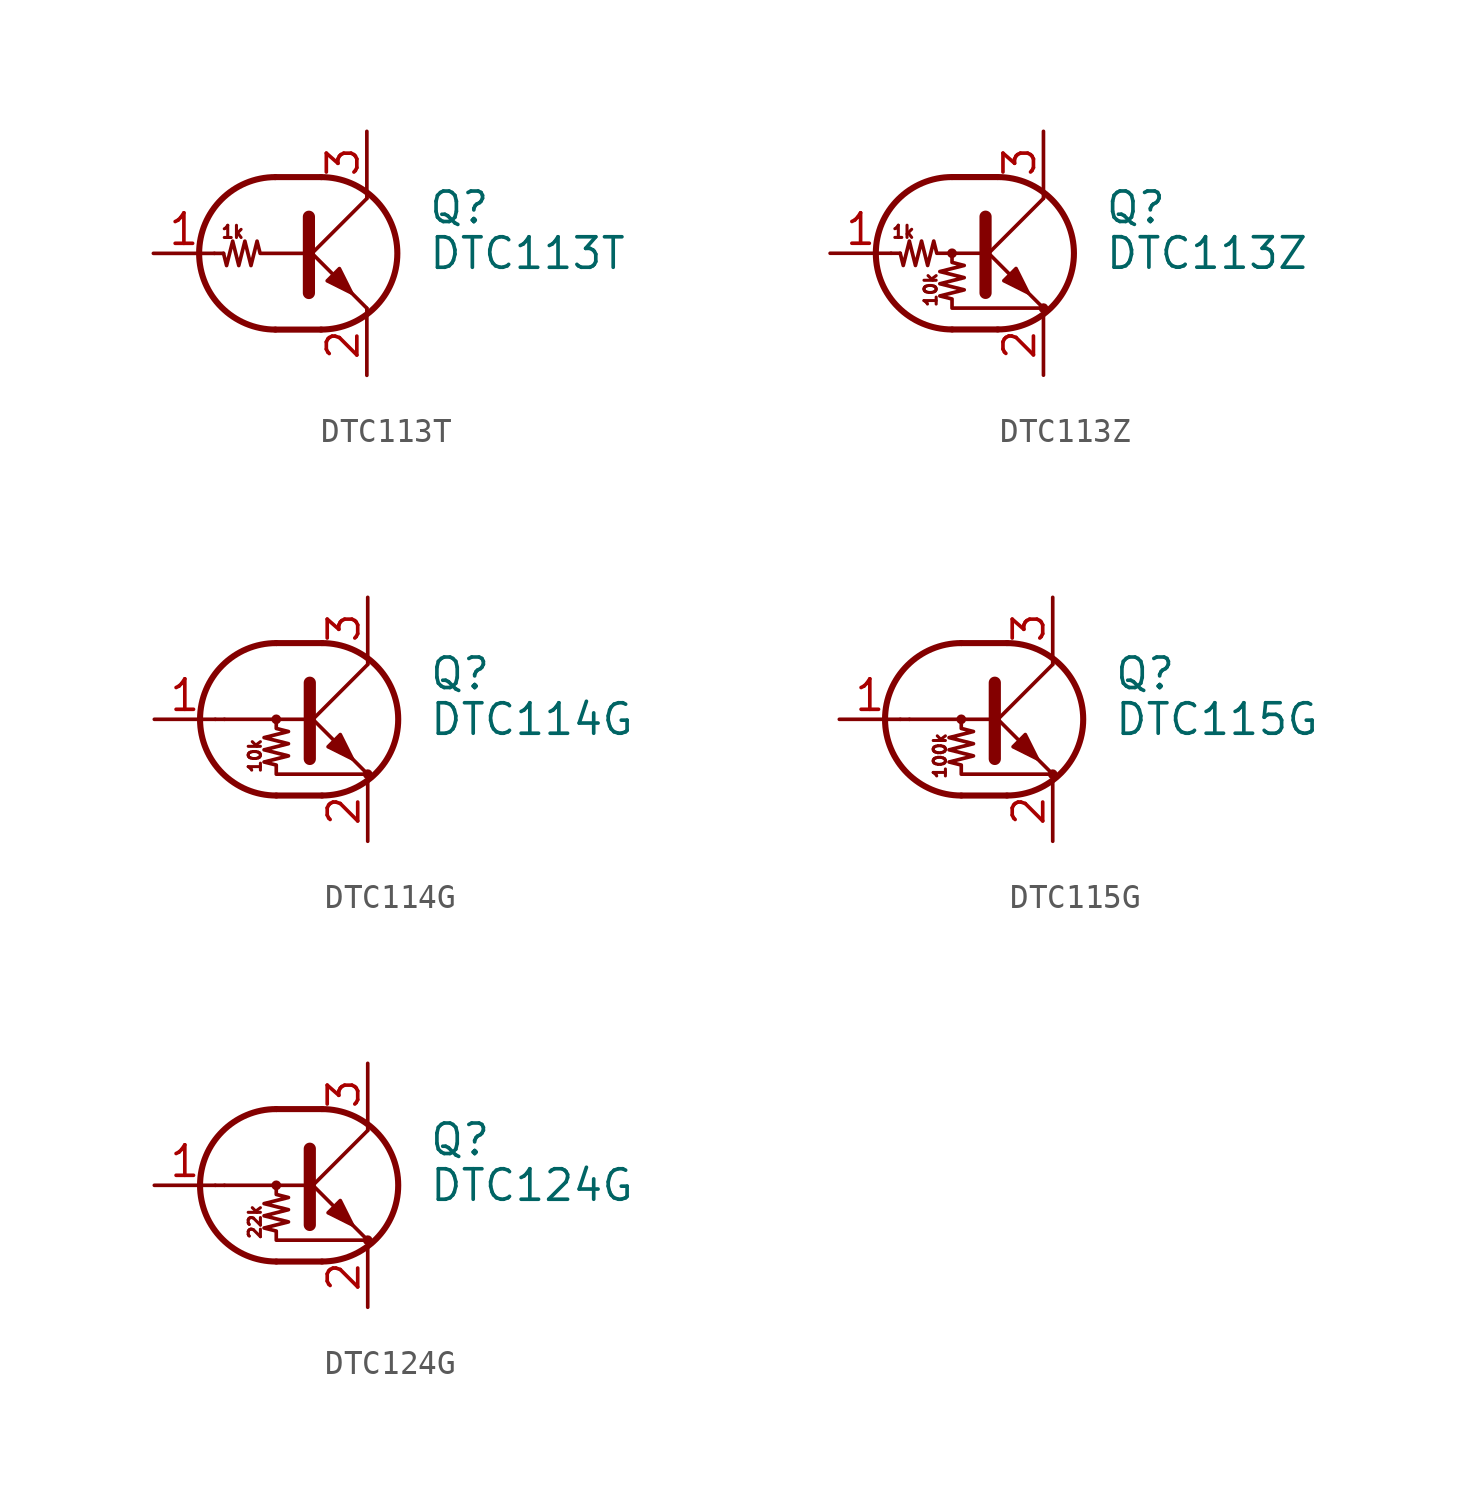
<source format=kicad_sym>
(kicad_symbol_lib
  (version 20201005)
  (generator kicad_symbol_editor)
  (symbol "DTC113T"
    (pin_names
      (offset 0) hide)
    (property "Reference" "Q"
      (at 5.08 1.905 0)
      (effects (font (size 1.27 1.27)) (justify left)))
    (property "Value" "DTC113T"
      (at 5.08 0 0)
      (effects (font (size 1.27 1.27)) (justify left)))
    (symbol "DTC113T_0_0"
      (text "1k" (at -3.048 0.889 0) (effects (font (size 0.508 0.508))))
      (polyline (pts (xy 2.54 -2.286) (xy 2.54 -2.54)) (stroke (width 0)) (fill (type none))))
    (symbol "DTC113T_0_1"
      (arc (start -1.27 3.175) (end -1.27 -3.175) (radius (at -1.27 0) (length 3.175) (angles 90.1 -90.1)) (stroke (width 0.254)) (fill (type none)))
      (arc (start 0.635 -3.175) (end 0.635 3.175) (radius (at 0.635 0) (length 3.175) (angles -89.9 89.9)) (stroke (width 0.254)) (fill (type none)))
      (polyline (pts (xy -3.429 0) (xy -3.81 0)) (stroke (width 0)) (fill (type none)))
      (polyline (pts (xy -1.27 -3.175) (xy 0.635 -3.175)) (stroke (width 0.254)) (fill (type none)))
      (polyline (pts (xy -1.27 3.175) (xy 0.635 3.175)) (stroke (width 0.254)) (fill (type none)))
      (polyline (pts (xy 0 -0.254) (xy 2.54 2.286)) (stroke (width 0)) (fill (type none)))
      (polyline (pts (xy 0.127 1.524) (xy 0.127 -1.651)) (stroke (width 0.508)) (fill (type outline)))
      (polyline (pts (xy 2.54 2.286) (xy 2.54 2.54)) (stroke (width 0)) (fill (type none)))
      (polyline (pts (xy 2.54 -2.286) (xy 0 0.254) (xy 0 0.254)) (stroke (width 0)) (fill (type none)))
      (polyline (pts (xy 0.889 -1.143) (xy 1.397 -0.635) (xy 1.905 -1.651) (xy 0.889 -1.143)) (stroke (width 0)) (fill (type outline)))
      (polyline (pts (xy 0 0) (xy -1.905 0) (xy -2.032 0.508) (xy -2.286 -0.508) (xy -2.54 0.508) (xy -2.794 -0.508) (xy -3.048 0.508) (xy -3.302 -0.508) (xy -3.429 0)) (stroke (width 0)) (fill (type none))))
    (symbol "DTC113T_1_1"
      (pin input line (at -6.35 0 0) (length 2.54) (name "B" (effects (font (size 1.27 1.27)))) (number "1" (effects (font (size 1.27 1.27)))))
      (pin passive line (at 2.54 -5.08 90) (length 2.54) (name "E" (effects (font (size 1.27 1.27)))) (number "2" (effects (font (size 1.27 1.27)))))
      (pin passive line (at 2.54 5.08 270) (length 2.54) (name "C" (effects (font (size 1.27 1.27)))) (number "3" (effects (font (size 1.27 1.27)))))))
  (symbol "DTC113Z"
    (pin_names
      (offset 0) hide)
    (property "Reference" "Q"
      (at 5.08 1.905 0)
      (effects (font (size 1.27 1.27)) (justify left)))
    (property "Value" "DTC113Z"
      (at 5.08 0 0)
      (effects (font (size 1.27 1.27)) (justify left)))
    (symbol "DTC113Z_0_0"
      (text "10k" (at -2.159 -1.524 900) (effects (font (size 0.508 0.508))))
      (text "1k" (at -3.302 0.889 0) (effects (font (size 0.508 0.508)))))
    (symbol "DTC113Z_0_1"
      (arc (start -1.27 3.175) (end -1.27 -3.175) (radius (at -1.27 0) (length 3.175) (angles 90.1 -90.1)) (stroke (width 0.254)) (fill (type none)))
      (arc (start 0.635 -3.175) (end 0.635 3.175) (radius (at 0.635 0) (length 3.175) (angles -89.9 89.9)) (stroke (width 0.254)) (fill (type none)))
      (circle (center -1.27 0) (radius 0.127) (stroke (width 0)) (fill (type none)))
      (circle (center 2.54 -2.286) (radius 0.127) (stroke (width 0)) (fill (type none)))
      (polyline (pts (xy -3.429 0) (xy -3.81 0)) (stroke (width 0)) (fill (type none)))
      (polyline (pts (xy -1.27 -3.175) (xy 0.635 -3.175)) (stroke (width 0.254)) (fill (type none)))
      (polyline (pts (xy -1.27 3.175) (xy 0.635 3.175)) (stroke (width 0.254)) (fill (type none)))
      (polyline (pts (xy 0 -0.254) (xy 2.54 2.286)) (stroke (width 0)) (fill (type none)))
      (polyline (pts (xy 0.127 1.524) (xy 0.127 -1.651)) (stroke (width 0.508)) (fill (type outline)))
      (polyline (pts (xy 2.54 2.286) (xy 2.54 2.54)) (stroke (width 0)) (fill (type none)))
      (polyline (pts (xy 2.54 -2.286) (xy 0 0.254) (xy 0 0.254)) (stroke (width 0)) (fill (type none)))
      (polyline (pts (xy 0.889 -1.143) (xy 1.397 -0.635) (xy 1.905 -1.651) (xy 0.889 -1.143)) (stroke (width 0)) (fill (type outline)))
      (polyline (pts (xy 0 0) (xy -1.905 0) (xy -2.032 0.508) (xy -2.286 -0.508) (xy -2.54 0.508) (xy -2.794 -0.508) (xy -3.048 0.508) (xy -3.302 -0.508) (xy -3.429 0)) (stroke (width 0)) (fill (type none)))
      (polyline (pts (xy -1.27 0) (xy -1.27 -0.381) (xy -0.762 -0.508) (xy -1.778 -0.762) (xy -0.762 -1.016) (xy -1.778 -1.27) (xy -0.762 -1.524) (xy -1.778 -1.778) (xy -1.27 -1.905) (xy -1.27 -2.286) (xy 2.54 -2.286)) (stroke (width 0)) (fill (type none))))
    (symbol "DTC113Z_1_1"
      (pin input line (at -6.35 0 0) (length 2.54) (name "B" (effects (font (size 1.27 1.27)))) (number "1" (effects (font (size 1.27 1.27)))))
      (pin passive line (at 2.54 -5.08 90) (length 2.54) (name "E" (effects (font (size 1.27 1.27)))) (number "2" (effects (font (size 1.27 1.27)))))
      (pin passive line (at 2.54 5.08 270) (length 2.54) (name "C" (effects (font (size 1.27 1.27)))) (number "3" (effects (font (size 1.27 1.27)))))))
  (symbol "DTC114G"
    (pin_names
      (offset 0) hide)
    (property "Reference" "Q"
      (at 5.08 1.905 0)
      (effects (font (size 1.27 1.27)) (justify left)))
    (property "Value" "DTC114G"
      (at 5.08 0 0)
      (effects (font (size 1.27 1.27)) (justify left)))
    (symbol "DTC114G_0_0"
      (text "10k" (at -2.159 -1.524 900) (effects (font (size 0.508 0.508))))
      (polyline (pts (xy -3.429 0) (xy 0 0)) (stroke (width 0)) (fill (type none))))
    (symbol "DTC114G_0_1"
      (arc (start -1.27 3.175) (end -1.27 -3.175) (radius (at -1.27 0) (length 3.175) (angles 90.1 -90.1)) (stroke (width 0.254)) (fill (type none)))
      (arc (start 0.635 -3.175) (end 0.635 3.175) (radius (at 0.635 0) (length 3.175) (angles -89.9 89.9)) (stroke (width 0.254)) (fill (type none)))
      (circle (center -1.27 0) (radius 0.127) (stroke (width 0)) (fill (type none)))
      (circle (center 2.54 -2.286) (radius 0.127) (stroke (width 0)) (fill (type none)))
      (polyline (pts (xy -3.429 0) (xy -3.81 0)) (stroke (width 0)) (fill (type none)))
      (polyline (pts (xy -1.27 -3.175) (xy 0.635 -3.175)) (stroke (width 0.254)) (fill (type none)))
      (polyline (pts (xy -1.27 3.175) (xy 0.635 3.175)) (stroke (width 0.254)) (fill (type none)))
      (polyline (pts (xy 0 -0.254) (xy 2.54 2.286)) (stroke (width 0)) (fill (type none)))
      (polyline (pts (xy 0.127 1.524) (xy 0.127 -1.651)) (stroke (width 0.508)) (fill (type outline)))
      (polyline (pts (xy 2.54 2.286) (xy 2.54 2.54)) (stroke (width 0)) (fill (type none)))
      (polyline (pts (xy 2.54 -2.286) (xy 0 0.254) (xy 0 0.254)) (stroke (width 0)) (fill (type none)))
      (polyline (pts (xy 0.889 -1.143) (xy 1.397 -0.635) (xy 1.905 -1.651) (xy 0.889 -1.143)) (stroke (width 0)) (fill (type outline)))
      (polyline (pts (xy -1.27 0) (xy -1.27 -0.381) (xy -0.762 -0.508) (xy -1.778 -0.762) (xy -0.762 -1.016) (xy -1.778 -1.27) (xy -0.762 -1.524) (xy -1.778 -1.778) (xy -1.27 -1.905) (xy -1.27 -2.286) (xy 2.54 -2.286)) (stroke (width 0)) (fill (type none))))
    (symbol "DTC114G_1_1"
      (pin input line (at -6.35 0 0) (length 2.54) (name "B" (effects (font (size 1.27 1.27)))) (number "1" (effects (font (size 1.27 1.27)))))
      (pin passive line (at 2.54 -5.08 90) (length 2.54) (name "E" (effects (font (size 1.27 1.27)))) (number "2" (effects (font (size 1.27 1.27)))))
      (pin passive line (at 2.54 5.08 270) (length 2.54) (name "C" (effects (font (size 1.27 1.27)))) (number "3" (effects (font (size 1.27 1.27)))))))
  (symbol "DTC115G"
    (pin_names
      (offset 0) hide)
    (property "Reference" "Q"
      (at 5.08 1.905 0)
      (effects (font (size 1.27 1.27)) (justify left)))
    (property "Value" "DTC115G"
      (at 5.08 0 0)
      (effects (font (size 1.27 1.27)) (justify left)))
    (symbol "DTC115G_0_0"
      (text "100k" (at -2.159 -1.524 900) (effects (font (size 0.508 0.508))))
      (polyline (pts (xy -3.429 0) (xy 0 0)) (stroke (width 0)) (fill (type none))))
    (symbol "DTC115G_0_1"
      (arc (start -1.27 3.175) (end -1.27 -3.175) (radius (at -1.27 0) (length 3.175) (angles 90.1 -90.1)) (stroke (width 0.254)) (fill (type none)))
      (arc (start 0.635 -3.175) (end 0.635 3.175) (radius (at 0.635 0) (length 3.175) (angles -89.9 89.9)) (stroke (width 0.254)) (fill (type none)))
      (circle (center -1.27 0) (radius 0.127) (stroke (width 0)) (fill (type none)))
      (circle (center 2.54 -2.286) (radius 0.127) (stroke (width 0)) (fill (type none)))
      (polyline (pts (xy -3.429 0) (xy -3.81 0)) (stroke (width 0)) (fill (type none)))
      (polyline (pts (xy -1.27 -3.175) (xy 0.635 -3.175)) (stroke (width 0.254)) (fill (type none)))
      (polyline (pts (xy -1.27 3.175) (xy 0.635 3.175)) (stroke (width 0.254)) (fill (type none)))
      (polyline (pts (xy 0 -0.254) (xy 2.54 2.286)) (stroke (width 0)) (fill (type none)))
      (polyline (pts (xy 0.127 1.524) (xy 0.127 -1.651)) (stroke (width 0.508)) (fill (type outline)))
      (polyline (pts (xy 2.54 2.286) (xy 2.54 2.54)) (stroke (width 0)) (fill (type none)))
      (polyline (pts (xy 2.54 -2.286) (xy 0 0.254) (xy 0 0.254)) (stroke (width 0)) (fill (type none)))
      (polyline (pts (xy 0.889 -1.143) (xy 1.397 -0.635) (xy 1.905 -1.651) (xy 0.889 -1.143)) (stroke (width 0)) (fill (type outline)))
      (polyline (pts (xy -1.27 0) (xy -1.27 -0.381) (xy -0.762 -0.508) (xy -1.778 -0.762) (xy -0.762 -1.016) (xy -1.778 -1.27) (xy -0.762 -1.524) (xy -1.778 -1.778) (xy -1.27 -1.905) (xy -1.27 -2.286) (xy 2.54 -2.286)) (stroke (width 0)) (fill (type none))))
    (symbol "DTC115G_1_1"
      (pin input line (at -6.35 0 0) (length 2.54) (name "B" (effects (font (size 1.27 1.27)))) (number "1" (effects (font (size 1.27 1.27)))))
      (pin passive line (at 2.54 -5.08 90) (length 2.54) (name "E" (effects (font (size 1.27 1.27)))) (number "2" (effects (font (size 1.27 1.27)))))
      (pin passive line (at 2.54 5.08 270) (length 2.54) (name "C" (effects (font (size 1.27 1.27)))) (number "3" (effects (font (size 1.27 1.27)))))))
  (symbol "DTC124G"
    (pin_names
      (offset 0) hide)
    (property "Reference" "Q"
      (at 5.08 1.905 0)
      (effects (font (size 1.27 1.27)) (justify left)))
    (property "Value" "DTC124G"
      (at 5.08 0 0)
      (effects (font (size 1.27 1.27)) (justify left)))
    (symbol "DTC124G_0_0"
      (text "22k" (at -2.159 -1.524 900) (effects (font (size 0.508 0.508))))
      (polyline (pts (xy -3.429 0) (xy 0 0)) (stroke (width 0)) (fill (type none))))
    (symbol "DTC124G_0_1"
      (arc (start -1.27 3.175) (end -1.27 -3.175) (radius (at -1.27 0) (length 3.175) (angles 90.1 -90.1)) (stroke (width 0.254)) (fill (type none)))
      (arc (start 0.635 -3.175) (end 0.635 3.175) (radius (at 0.635 0) (length 3.175) (angles -89.9 89.9)) (stroke (width 0.254)) (fill (type none)))
      (circle (center -1.27 0) (radius 0.127) (stroke (width 0)) (fill (type none)))
      (circle (center 2.54 -2.286) (radius 0.127) (stroke (width 0)) (fill (type none)))
      (polyline (pts (xy -3.429 0) (xy -3.81 0)) (stroke (width 0)) (fill (type none)))
      (polyline (pts (xy -1.27 -3.175) (xy 0.635 -3.175)) (stroke (width 0.254)) (fill (type none)))
      (polyline (pts (xy -1.27 3.175) (xy 0.635 3.175)) (stroke (width 0.254)) (fill (type none)))
      (polyline (pts (xy 0 -0.254) (xy 2.54 2.286)) (stroke (width 0)) (fill (type none)))
      (polyline (pts (xy 0.127 1.524) (xy 0.127 -1.651)) (stroke (width 0.508)) (fill (type outline)))
      (polyline (pts (xy 2.54 2.286) (xy 2.54 2.54)) (stroke (width 0)) (fill (type none)))
      (polyline (pts (xy 2.54 -2.286) (xy 0 0.254) (xy 0 0.254)) (stroke (width 0)) (fill (type none)))
      (polyline (pts (xy 0.889 -1.143) (xy 1.397 -0.635) (xy 1.905 -1.651) (xy 0.889 -1.143)) (stroke (width 0)) (fill (type outline)))
      (polyline (pts (xy -1.27 0) (xy -1.27 -0.381) (xy -0.762 -0.508) (xy -1.778 -0.762) (xy -0.762 -1.016) (xy -1.778 -1.27) (xy -0.762 -1.524) (xy -1.778 -1.778) (xy -1.27 -1.905) (xy -1.27 -2.286) (xy 2.54 -2.286)) (stroke (width 0)) (fill (type none))))
    (symbol "DTC124G_1_1"
      (pin input line (at -6.35 0 0) (length 2.54) (name "B" (effects (font (size 1.27 1.27)))) (number "1" (effects (font (size 1.27 1.27)))))
      (pin passive line (at 2.54 -5.08 90) (length 2.54) (name "E" (effects (font (size 1.27 1.27)))) (number "2" (effects (font (size 1.27 1.27)))))
      (pin passive line (at 2.54 5.08 270) (length 2.54) (name "C" (effects (font (size 1.27 1.27)))) (number "3" (effects (font (size 1.27 1.27))))))))
</source>
